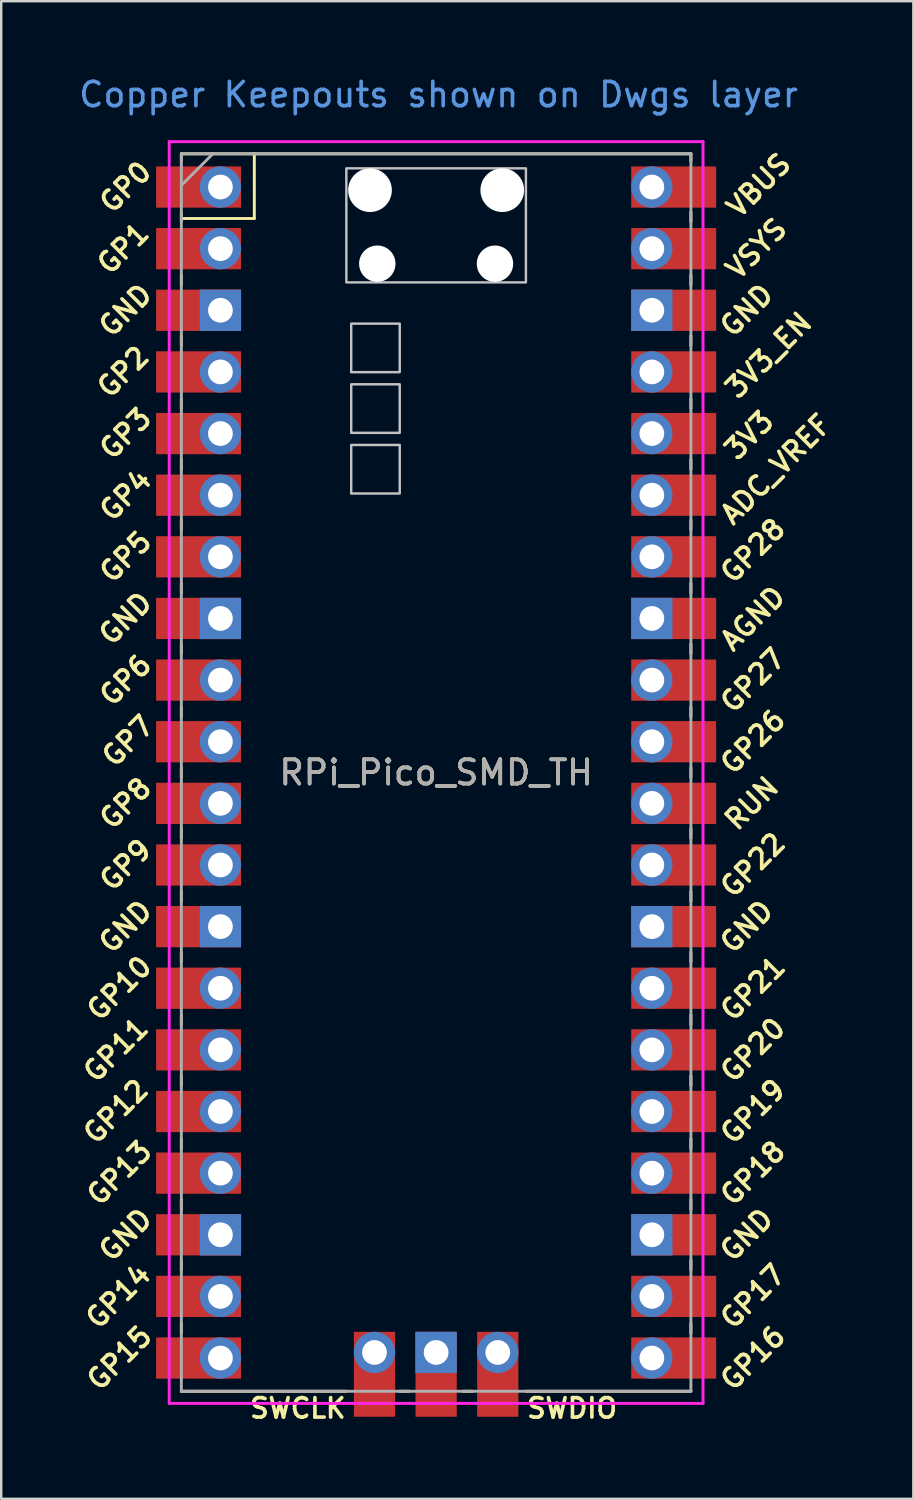
<source format=kicad_pcb>
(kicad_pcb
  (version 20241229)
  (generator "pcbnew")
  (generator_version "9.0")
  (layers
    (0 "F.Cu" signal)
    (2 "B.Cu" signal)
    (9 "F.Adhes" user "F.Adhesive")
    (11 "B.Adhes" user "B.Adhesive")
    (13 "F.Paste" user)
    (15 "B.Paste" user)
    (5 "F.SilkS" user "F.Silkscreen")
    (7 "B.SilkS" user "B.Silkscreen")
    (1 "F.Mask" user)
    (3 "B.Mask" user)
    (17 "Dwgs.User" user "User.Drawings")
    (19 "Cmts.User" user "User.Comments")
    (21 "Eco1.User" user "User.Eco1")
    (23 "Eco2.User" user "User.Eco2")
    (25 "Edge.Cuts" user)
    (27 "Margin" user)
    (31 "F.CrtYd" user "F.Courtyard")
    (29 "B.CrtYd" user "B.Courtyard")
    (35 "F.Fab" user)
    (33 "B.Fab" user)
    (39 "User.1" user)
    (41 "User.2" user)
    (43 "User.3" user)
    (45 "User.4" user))
  (footprint "RPi_Pico_SMD_TH"
    (layer "F.Cu")
    (at 6.034 4.658)
    (property "Reference" "RPi_Pico_SMD_TH" (at 8.89 24.13 0) (layer "F.SilkS") (effects (font (size 1 1) (thickness 0.15))))
    (attr through_hole)
    (fp_line (start -1.61 -1.37) (end -1.61 -1.07) (stroke (width 0.12) (type solid)) (layer "F.SilkS"))
    (fp_line (start -1.61 -1.37) (end 19.39 -1.37) (stroke (width 0.12) (type solid)) (layer "F.SilkS"))
    (fp_line (start -1.61 1.03) (end -1.61 1.43) (stroke (width 0.12) (type solid)) (layer "F.SilkS"))
    (fp_line (start -1.61 1.297) (end 1.397 1.297) (stroke (width 0.12) (type solid)) (layer "F.SilkS"))
    (fp_line (start -1.61 3.63) (end -1.61 4.03) (stroke (width 0.12) (type solid)) (layer "F.SilkS"))
    (fp_line (start -1.61 6.13) (end -1.61 6.53) (stroke (width 0.12) (type solid)) (layer "F.SilkS"))
    (fp_line (start -1.61 8.73) (end -1.61 9.13) (stroke (width 0.12) (type solid)) (layer "F.SilkS"))
    (fp_line (start -1.61 11.23) (end -1.61 11.63) (stroke (width 0.12) (type solid)) (layer "F.SilkS"))
    (fp_line (start -1.61 13.73) (end -1.61 14.13) (stroke (width 0.12) (type solid)) (layer "F.SilkS"))
    (fp_line (start -1.61 16.33) (end -1.61 16.73) (stroke (width 0.12) (type solid)) (layer "F.SilkS"))
    (fp_line (start -1.61 18.83) (end -1.61 19.23) (stroke (width 0.12) (type solid)) (layer "F.SilkS"))
    (fp_line (start -1.61 21.43) (end -1.61 21.83) (stroke (width 0.12) (type solid)) (layer "F.SilkS"))
    (fp_line (start -1.61 23.93) (end -1.61 24.33) (stroke (width 0.12) (type solid)) (layer "F.SilkS"))
    (fp_line (start -1.61 26.43) (end -1.61 26.83) (stroke (width 0.12) (type solid)) (layer "F.SilkS"))
    (fp_line (start -1.61 29.03) (end -1.61 29.43) (stroke (width 0.12) (type solid)) (layer "F.SilkS"))
    (fp_line (start -1.61 31.53) (end -1.61 31.93) (stroke (width 0.12) (type solid)) (layer "F.SilkS"))
    (fp_line (start -1.61 34.13) (end -1.61 34.53) (stroke (width 0.12) (type solid)) (layer "F.SilkS"))
    (fp_line (start -1.61 36.63) (end -1.61 37.03) (stroke (width 0.12) (type solid)) (layer "F.SilkS"))
    (fp_line (start -1.61 39.23) (end -1.61 39.63) (stroke (width 0.12) (type solid)) (layer "F.SilkS"))
    (fp_line (start -1.61 41.73) (end -1.61 42.13) (stroke (width 0.12) (type solid)) (layer "F.SilkS"))
    (fp_line (start -1.61 44.23) (end -1.61 44.63) (stroke (width 0.12) (type solid)) (layer "F.SilkS"))
    (fp_line (start -1.61 46.83) (end -1.61 47.23) (stroke (width 0.12) (type solid)) (layer "F.SilkS"))
    (fp_line (start 1.397 1.297) (end 1.397 -1.37) (stroke (width 0.12) (type solid)) (layer "F.SilkS"))
    (fp_line (start 5.19 49.63) (end -1.61 49.63) (stroke (width 0.12) (type solid)) (layer "F.SilkS"))
    (fp_line (start 7.39 49.63) (end 7.79 49.63) (stroke (width 0.12) (type solid)) (layer "F.SilkS"))
    (fp_line (start 9.99 49.63) (end 10.39 49.63) (stroke (width 0.12) (type solid)) (layer "F.SilkS"))
    (fp_line (start 19.39 -1.37) (end 19.39 -1.07) (stroke (width 0.12) (type solid)) (layer "F.SilkS"))
    (fp_line (start 19.39 1.03) (end 19.39 1.43) (stroke (width 0.12) (type solid)) (layer "F.SilkS"))
    (fp_line (start 19.39 3.63) (end 19.39 4.03) (stroke (width 0.12) (type solid)) (layer "F.SilkS"))
    (fp_line (start 19.39 6.13) (end 19.39 6.53) (stroke (width 0.12) (type solid)) (layer "F.SilkS"))
    (fp_line (start 19.39 8.73) (end 19.39 9.13) (stroke (width 0.12) (type solid)) (layer "F.SilkS"))
    (fp_line (start 19.39 11.23) (end 19.39 11.63) (stroke (width 0.12) (type solid)) (layer "F.SilkS"))
    (fp_line (start 19.39 13.73) (end 19.39 14.13) (stroke (width 0.12) (type solid)) (layer "F.SilkS"))
    (fp_line (start 19.39 16.33) (end 19.39 16.73) (stroke (width 0.12) (type solid)) (layer "F.SilkS"))
    (fp_line (start 19.39 18.83) (end 19.39 19.23) (stroke (width 0.12) (type solid)) (layer "F.SilkS"))
    (fp_line (start 19.39 21.43) (end 19.39 21.83) (stroke (width 0.12) (type solid)) (layer "F.SilkS"))
    (fp_line (start 19.39 23.93) (end 19.39 24.33) (stroke (width 0.12) (type solid)) (layer "F.SilkS"))
    (fp_line (start 19.39 26.43) (end 19.39 26.83) (stroke (width 0.12) (type solid)) (layer "F.SilkS"))
    (fp_line (start 19.39 29.03) (end 19.39 29.43) (stroke (width 0.12) (type solid)) (layer "F.SilkS"))
    (fp_line (start 19.39 31.53) (end 19.39 31.93) (stroke (width 0.12) (type solid)) (layer "F.SilkS"))
    (fp_line (start 19.39 34.13) (end 19.39 34.53) (stroke (width 0.12) (type solid)) (layer "F.SilkS"))
    (fp_line (start 19.39 36.63) (end 19.39 37.03) (stroke (width 0.12) (type solid)) (layer "F.SilkS"))
    (fp_line (start 19.39 39.23) (end 19.39 39.63) (stroke (width 0.12) (type solid)) (layer "F.SilkS"))
    (fp_line (start 19.39 41.73) (end 19.39 42.13) (stroke (width 0.12) (type solid)) (layer "F.SilkS"))
    (fp_line (start 19.39 44.23) (end 19.39 44.63) (stroke (width 0.12) (type solid)) (layer "F.SilkS"))
    (fp_line (start 19.39 46.83) (end 19.39 47.23) (stroke (width 0.12) (type solid)) (layer "F.SilkS"))
    (fp_line (start 19.39 49.63) (end 12.59 49.63) (stroke (width 0.12) (type solid)) (layer "F.SilkS"))
    (fp_poly (pts (xy 7.39 7.63) (xy 5.39 7.63) (xy 5.39 5.63) (xy 7.39 5.63)) (stroke (width 0.1) (type solid)) (fill no) (layer "Dwgs.User"))
    (fp_poly (pts (xy 7.39 10.13) (xy 5.39 10.13) (xy 5.39 8.13) (xy 7.39 8.13)) (stroke (width 0.1) (type solid)) (fill no) (layer "Dwgs.User"))
    (fp_poly (pts (xy 7.39 12.63) (xy 5.39 12.63) (xy 5.39 10.63) (xy 7.39 10.63)) (stroke (width 0.1) (type solid)) (fill no) (layer "Dwgs.User"))
    (fp_poly (pts (xy 12.59 3.93) (xy 5.19 3.93) (xy 5.19 -0.77) (xy 12.59 -0.77)) (stroke (width 0.1) (type solid)) (fill no) (layer "Dwgs.User"))
    (fp_line (start -2.11 -1.87) (end 19.89 -1.87) (stroke (width 0.12) (type solid)) (layer "F.CrtYd"))
    (fp_line (start -2.11 50.13) (end -2.11 -1.87) (stroke (width 0.12) (type solid)) (layer "F.CrtYd"))
    (fp_line (start 19.89 -1.87) (end 19.89 50.13) (stroke (width 0.12) (type solid)) (layer "F.CrtYd"))
    (fp_line (start 19.89 50.13) (end -2.11 50.13) (stroke (width 0.12) (type solid)) (layer "F.CrtYd"))
    (fp_line (start -1.61 -1.37) (end 19.39 -1.37) (stroke (width 0.12) (type solid)) (layer "F.Fab"))
    (fp_line (start -1.61 -0.07) (end -0.31 -1.37) (stroke (width 0.12) (type solid)) (layer "F.Fab"))
    (fp_line (start -1.61 49.63) (end -1.61 -1.37) (stroke (width 0.12) (type solid)) (layer "F.Fab"))
    (fp_line (start 19.39 -1.37) (end 19.39 49.63) (stroke (width 0.12) (type solid)) (layer "F.Fab"))
    (fp_line (start 19.39 49.63) (end -1.61 49.63) (stroke (width 0.12) (type solid)) (layer "F.Fab"))
    (fp_text user "SWCLK" (at 3.19 50.33 0) (layer "F.SilkS") (effects (font (size 0.8 0.8) (thickness 0.15))))
    (fp_text user "ADC_VREF" (at 22.89 11.63 45) (layer "F.SilkS") (effects (font (size 0.8 0.8) (thickness 0.15))))
    (fp_text user "VBUS" (at 22.19 -0.07 45) (layer "F.SilkS") (effects (font (size 0.8 0.8) (thickness 0.15))))
    (fp_text user "GP2" (at -4.01 7.62 45) (layer "F.SilkS") (effects (font (size 0.8 0.8) (thickness 0.15))))
    (fp_text user "GP28" (at 21.944 14.986 45) (layer "F.SilkS") (effects (font (size 0.8 0.8) (thickness 0.15))))
    (fp_text user "GP3" (at -3.91 10.16 45) (layer "F.SilkS") (effects (font (size 0.8 0.8) (thickness 0.15))))
    (fp_text user "GP10" (at -4.164 33.02 45) (layer "F.SilkS") (effects (font (size 0.8 0.8) (thickness 0.15))))
    (fp_text user "GP19" (at 21.944 38.1 45) (layer "F.SilkS") (effects (font (size 0.8 0.8) (thickness 0.15))))
    (fp_text user "GP20" (at 21.944 35.56 45) (layer "F.SilkS") (effects (font (size 0.8 0.8) (thickness 0.15))))
    (fp_text user "GP22" (at 21.944 27.94 45) (layer "F.SilkS") (effects (font (size 0.8 0.8) (thickness 0.15))))
    (fp_text user "GND" (at -3.91 43.18 45) (layer "F.SilkS") (effects (font (size 0.8 0.8) (thickness 0.15))))
    (fp_text user "GP11" (at -4.31 35.56 45) (layer "F.SilkS") (effects (font (size 0.8 0.8) (thickness 0.15))))
    (fp_text user "GP6" (at -3.91 20.32 45) (layer "F.SilkS") (effects (font (size 0.8 0.8) (thickness 0.15))))
    (fp_text user "GP0" (at -3.91 0 45) (layer "F.SilkS") (effects (font (size 0.8 0.8) (thickness 0.15))))
    (fp_text user "GP9" (at -3.91 27.94 45) (layer "F.SilkS") (effects (font (size 0.8 0.8) (thickness 0.15))))
    (fp_text user "AGND" (at 21.944 17.78 45) (layer "F.SilkS") (effects (font (size 0.8 0.8) (thickness 0.15))))
    (fp_text user "RUN" (at 21.89 25.4 45) (layer "F.SilkS") (effects (font (size 0.8 0.8) (thickness 0.15))))
    (fp_text user "3V3" (at 21.79 10.23 45) (layer "F.SilkS") (effects (font (size 0.8 0.8) (thickness 0.15))))
    (fp_text user "GP13" (at -4.164 40.64 45) (layer "F.SilkS") (effects (font (size 0.8 0.8) (thickness 0.15))))
    (fp_text user "GP17" (at 21.944 45.72 45) (layer "F.SilkS") (effects (font (size 0.8 0.8) (thickness 0.15))))
    (fp_text user "3V3_EN" (at 22.59 6.93 45) (layer "F.SilkS") (effects (font (size 0.8 0.8) (thickness 0.15))))
    (fp_text user "GP4" (at -3.91 12.7 45) (layer "F.SilkS") (effects (font (size 0.8 0.8) (thickness 0.15))))
    (fp_text user "GP16" (at 21.944 48.26 45) (layer "F.SilkS") (effects (font (size 0.8 0.8) (thickness 0.15))))
    (fp_text user "GND" (at -3.91 17.78 45) (layer "F.SilkS") (effects (font (size 0.8 0.8) (thickness 0.15))))
    (fp_text user "GND" (at 21.69 30.48 45) (layer "F.SilkS") (effects (font (size 0.8 0.8) (thickness 0.15))))
    (fp_text user "GP8" (at -3.91 25.4 45) (layer "F.SilkS") (effects (font (size 0.8 0.8) (thickness 0.15))))
    (fp_text user "SWDIO" (at 14.49 50.33 0) (layer "F.SilkS") (effects (font (size 0.8 0.8) (thickness 0.15))))
    (fp_text user "VSYS" (at 22.09 2.54 45) (layer "F.SilkS") (effects (font (size 0.8 0.8) (thickness 0.15))))
    (fp_text user "GND" (at -3.91 5.08 45) (layer "F.SilkS") (effects (font (size 0.8 0.8) (thickness 0.15))))
    (fp_text user "GP15" (at -4.164 48.26 45) (layer "F.SilkS") (effects (font (size 0.8 0.8) (thickness 0.15))))
    (fp_text user "GP5" (at -3.91 15.24 45) (layer "F.SilkS") (effects (font (size 0.8 0.8) (thickness 0.15))))
    (fp_text user "GP26" (at 21.944 22.86 45) (layer "F.SilkS") (effects (font (size 0.8 0.8) (thickness 0.15))))
    (fp_text user "GP7" (at -3.81 22.83 45) (layer "F.SilkS") (effects (font (size 0.8 0.8) (thickness 0.15))))
    (fp_text user "GP18" (at 21.944 40.64 45) (layer "F.SilkS") (effects (font (size 0.8 0.8) (thickness 0.15))))
    (fp_text user "GND" (at 21.69 5.08 45) (layer "F.SilkS") (effects (font (size 0.8 0.8) (thickness 0.15))))
    (fp_text user "GP21" (at 21.944 33.03 45) (layer "F.SilkS") (effects (font (size 0.8 0.8) (thickness 0.15))))
    (fp_text user "GP27" (at 21.944 20.33 45) (layer "F.SilkS") (effects (font (size 0.8 0.8) (thickness 0.15))))
    (fp_text user "GP1" (at -4.01 2.53 45) (layer "F.SilkS") (effects (font (size 0.8 0.8) (thickness 0.15))))
    (fp_text user "GND" (at 21.69 43.18 45) (layer "F.SilkS") (effects (font (size 0.8 0.8) (thickness 0.15))))
    (fp_text user "GP12" (at -4.31 38.1 45) (layer "F.SilkS") (effects (font (size 0.8 0.8) (thickness 0.15))))
    (fp_text user "GP14" (at -4.21 45.72 45) (layer "F.SilkS") (effects (font (size 0.8 0.8) (thickness 0.15))))
    (fp_text user "GND" (at -3.91 30.48 45) (layer "F.SilkS") (effects (font (size 0.8 0.8) (thickness 0.15))))
    (fp_text user "Copper Keepouts shown on Dwgs layer" (at 8.99 -3.81 0) (layer "Cmts.User") (effects (font (size 1 1) (thickness 0.15))))
    (fp_text user "${REFERENCE}" (at 8.89 24.13 180) (layer "F.Fab") (effects (font (size 1 1) (thickness 0.15))))
    (pad "" np_thru_hole oval (at 6.165 0.13) (size 1.8 1.8) (drill 1.8) (layers "*.Cu" "*.Mask"))
    (pad "" np_thru_hole oval (at 6.465 3.16) (size 1.5 1.5) (drill 1.5) (layers "*.Cu" "*.Mask"))
    (pad "" np_thru_hole oval (at 11.315 3.16) (size 1.5 1.5) (drill 1.5) (layers "*.Cu" "*.Mask"))
    (pad "" np_thru_hole oval (at 11.615 0.13) (size 1.8 1.8) (drill 1.8) (layers "*.Cu" "*.Mask"))
    (pad "1" thru_hole oval (at 0 0) (size 1.7 1.7) (drill 1.02) (layers "*.Cu" "*.Mask"))
    (pad "1" smd rect (at 0 0) (size 3.5 1.7) (drill (offset -0.9 0)) (layers "F.Cu" "F.Mask"))
    (pad "2" thru_hole oval (at 0 2.54) (size 1.7 1.7) (drill 1.02) (layers "*.Cu" "*.Mask"))
    (pad "2" smd rect (at 0 2.54) (size 3.5 1.7) (drill (offset -0.9 0)) (layers "F.Cu" "F.Mask"))
    (pad "3" thru_hole rect (at 0 5.08) (size 1.7 1.7) (drill 1.02) (layers "*.Cu" "*.Mask"))
    (pad "3" smd rect (at 0 5.08) (size 3.5 1.7) (drill (offset -0.9 0)) (layers "F.Cu" "F.Mask"))
    (pad "4" thru_hole oval (at 0 7.62) (size 1.7 1.7) (drill 1.02) (layers "*.Cu" "*.Mask"))
    (pad "4" smd rect (at 0 7.62) (size 3.5 1.7) (drill (offset -0.9 0)) (layers "F.Cu" "F.Mask"))
    (pad "5" thru_hole oval (at 0 10.16) (size 1.7 1.7) (drill 1.02) (layers "*.Cu" "*.Mask"))
    (pad "5" smd rect (at 0 10.16) (size 3.5 1.7) (drill (offset -0.9 0)) (layers "F.Cu" "F.Mask"))
    (pad "6" thru_hole oval (at 0 12.7) (size 1.7 1.7) (drill 1.02) (layers "*.Cu" "*.Mask"))
    (pad "6" smd rect (at 0 12.7) (size 3.5 1.7) (drill (offset -0.9 0)) (layers "F.Cu" "F.Mask"))
    (pad "7" thru_hole oval (at 0 15.24) (size 1.7 1.7) (drill 1.02) (layers "*.Cu" "*.Mask"))
    (pad "7" smd rect (at 0 15.24) (size 3.5 1.7) (drill (offset -0.9 0)) (layers "F.Cu" "F.Mask"))
    (pad "8" thru_hole rect (at 0 17.78) (size 1.7 1.7) (drill 1.02) (layers "*.Cu" "*.Mask"))
    (pad "8" smd rect (at 0 17.78) (size 3.5 1.7) (drill (offset -0.9 0)) (layers "F.Cu" "F.Mask"))
    (pad "9" thru_hole oval (at 0 20.32) (size 1.7 1.7) (drill 1.02) (layers "*.Cu" "*.Mask"))
    (pad "9" smd rect (at 0 20.32) (size 3.5 1.7) (drill (offset -0.9 0)) (layers "F.Cu" "F.Mask"))
    (pad "10" thru_hole oval (at 0 22.86) (size 1.7 1.7) (drill 1.02) (layers "*.Cu" "*.Mask"))
    (pad "10" smd rect (at 0 22.86) (size 3.5 1.7) (drill (offset -0.9 0)) (layers "F.Cu" "F.Mask"))
    (pad "11" thru_hole oval (at 0 25.4) (size 1.7 1.7) (drill 1.02) (layers "*.Cu" "*.Mask"))
    (pad "11" smd rect (at 0 25.4) (size 3.5 1.7) (drill (offset -0.9 0)) (layers "F.Cu" "F.Mask"))
    (pad "12" thru_hole oval (at 0 27.94) (size 1.7 1.7) (drill 1.02) (layers "*.Cu" "*.Mask"))
    (pad "12" smd rect (at 0 27.94) (size 3.5 1.7) (drill (offset -0.9 0)) (layers "F.Cu" "F.Mask"))
    (pad "13" thru_hole rect (at 0 30.48) (size 1.7 1.7) (drill 1.02) (layers "*.Cu" "*.Mask"))
    (pad "13" smd rect (at 0 30.48) (size 3.5 1.7) (drill (offset -0.9 0)) (layers "F.Cu" "F.Mask"))
    (pad "14" thru_hole oval (at 0 33.02) (size 1.7 1.7) (drill 1.02) (layers "*.Cu" "*.Mask"))
    (pad "14" smd rect (at 0 33.02) (size 3.5 1.7) (drill (offset -0.9 0)) (layers "F.Cu" "F.Mask"))
    (pad "15" thru_hole oval (at 0 35.56) (size 1.7 1.7) (drill 1.02) (layers "*.Cu" "*.Mask"))
    (pad "15" smd rect (at 0 35.56) (size 3.5 1.7) (drill (offset -0.9 0)) (layers "F.Cu" "F.Mask"))
    (pad "16" thru_hole oval (at 0 38.1) (size 1.7 1.7) (drill 1.02) (layers "*.Cu" "*.Mask"))
    (pad "16" smd rect (at 0 38.1) (size 3.5 1.7) (drill (offset -0.9 0)) (layers "F.Cu" "F.Mask"))
    (pad "17" thru_hole oval (at 0 40.64) (size 1.7 1.7) (drill 1.02) (layers "*.Cu" "*.Mask"))
    (pad "17" smd rect (at 0 40.64) (size 3.5 1.7) (drill (offset -0.9 0)) (layers "F.Cu" "F.Mask"))
    (pad "18" thru_hole rect (at 0 43.18) (size 1.7 1.7) (drill 1.02) (layers "*.Cu" "*.Mask"))
    (pad "18" smd rect (at 0 43.18) (size 3.5 1.7) (drill (offset -0.9 0)) (layers "F.Cu" "F.Mask"))
    (pad "19" thru_hole oval (at 0 45.72) (size 1.7 1.7) (drill 1.02) (layers "*.Cu" "*.Mask"))
    (pad "19" smd rect (at 0 45.72) (size 3.5 1.7) (drill (offset -0.9 0)) (layers "F.Cu" "F.Mask"))
    (pad "20" thru_hole oval (at 0 48.26) (size 1.7 1.7) (drill 1.02) (layers "*.Cu" "*.Mask"))
    (pad "20" smd rect (at 0 48.26) (size 3.5 1.7) (drill (offset -0.9 0)) (layers "F.Cu" "F.Mask"))
    (pad "21" thru_hole oval (at 17.78 48.26) (size 1.7 1.7) (drill 1.02) (layers "*.Cu" "*.Mask"))
    (pad "21" smd rect (at 17.78 48.26) (size 3.5 1.7) (drill (offset 0.9 0)) (layers "F.Cu" "F.Mask"))
    (pad "22" thru_hole oval (at 17.78 45.72) (size 1.7 1.7) (drill 1.02) (layers "*.Cu" "*.Mask"))
    (pad "22" smd rect (at 17.78 45.72) (size 3.5 1.7) (drill (offset 0.9 0)) (layers "F.Cu" "F.Mask"))
    (pad "23" thru_hole rect (at 17.78 43.18) (size 1.7 1.7) (drill 1.02) (layers "*.Cu" "*.Mask"))
    (pad "23" smd rect (at 17.78 43.18) (size 3.5 1.7) (drill (offset 0.9 0)) (layers "F.Cu" "F.Mask"))
    (pad "24" thru_hole oval (at 17.78 40.64) (size 1.7 1.7) (drill 1.02) (layers "*.Cu" "*.Mask"))
    (pad "24" smd rect (at 17.78 40.64) (size 3.5 1.7) (drill (offset 0.9 0)) (layers "F.Cu" "F.Mask"))
    (pad "25" thru_hole oval (at 17.78 38.1) (size 1.7 1.7) (drill 1.02) (layers "*.Cu" "*.Mask"))
    (pad "25" smd rect (at 17.78 38.1) (size 3.5 1.7) (drill (offset 0.9 0)) (layers "F.Cu" "F.Mask"))
    (pad "26" thru_hole oval (at 17.78 35.56) (size 1.7 1.7) (drill 1.02) (layers "*.Cu" "*.Mask"))
    (pad "26" smd rect (at 17.78 35.56) (size 3.5 1.7) (drill (offset 0.9 0)) (layers "F.Cu" "F.Mask"))
    (pad "27" thru_hole oval (at 17.78 33.02) (size 1.7 1.7) (drill 1.02) (layers "*.Cu" "*.Mask"))
    (pad "27" smd rect (at 17.78 33.02) (size 3.5 1.7) (drill (offset 0.9 0)) (layers "F.Cu" "F.Mask"))
    (pad "28" thru_hole rect (at 17.78 30.48) (size 1.7 1.7) (drill 1.02) (layers "*.Cu" "*.Mask"))
    (pad "28" smd rect (at 17.78 30.48) (size 3.5 1.7) (drill (offset 0.9 0)) (layers "F.Cu" "F.Mask"))
    (pad "29" thru_hole oval (at 17.78 27.94) (size 1.7 1.7) (drill 1.02) (layers "*.Cu" "*.Mask"))
    (pad "29" smd rect (at 17.78 27.94) (size 3.5 1.7) (drill (offset 0.9 0)) (layers "F.Cu" "F.Mask"))
    (pad "30" thru_hole oval (at 17.78 25.4) (size 1.7 1.7) (drill 1.02) (layers "*.Cu" "*.Mask"))
    (pad "30" smd rect (at 17.78 25.4) (size 3.5 1.7) (drill (offset 0.9 0)) (layers "F.Cu" "F.Mask"))
    (pad "31" thru_hole oval (at 17.78 22.86) (size 1.7 1.7) (drill 1.02) (layers "*.Cu" "*.Mask"))
    (pad "31" smd rect (at 17.78 22.86) (size 3.5 1.7) (drill (offset 0.9 0)) (layers "F.Cu" "F.Mask"))
    (pad "32" thru_hole oval (at 17.78 20.32) (size 1.7 1.7) (drill 1.02) (layers "*.Cu" "*.Mask"))
    (pad "32" smd rect (at 17.78 20.32) (size 3.5 1.7) (drill (offset 0.9 0)) (layers "F.Cu" "F.Mask"))
    (pad "33" thru_hole rect (at 17.78 17.78) (size 1.7 1.7) (drill 1.02) (layers "*.Cu" "*.Mask"))
    (pad "33" smd rect (at 17.78 17.78) (size 3.5 1.7) (drill (offset 0.9 0)) (layers "F.Cu" "F.Mask"))
    (pad "34" thru_hole oval (at 17.78 15.24) (size 1.7 1.7) (drill 1.02) (layers "*.Cu" "*.Mask"))
    (pad "34" smd rect (at 17.78 15.24) (size 3.5 1.7) (drill (offset 0.9 0)) (layers "F.Cu" "F.Mask"))
    (pad "35" thru_hole oval (at 17.78 12.7) (size 1.7 1.7) (drill 1.02) (layers "*.Cu" "*.Mask"))
    (pad "35" smd rect (at 17.78 12.7) (size 3.5 1.7) (drill (offset 0.9 0)) (layers "F.Cu" "F.Mask"))
    (pad "36" thru_hole oval (at 17.78 10.16) (size 1.7 1.7) (drill 1.02) (layers "*.Cu" "*.Mask"))
    (pad "36" smd rect (at 17.78 10.16) (size 3.5 1.7) (drill (offset 0.9 0)) (layers "F.Cu" "F.Mask"))
    (pad "37" thru_hole oval (at 17.78 7.62) (size 1.7 1.7) (drill 1.02) (layers "*.Cu" "*.Mask"))
    (pad "37" smd rect (at 17.78 7.62) (size 3.5 1.7) (drill (offset 0.9 0)) (layers "F.Cu" "F.Mask"))
    (pad "38" thru_hole rect (at 17.78 5.08) (size 1.7 1.7) (drill 1.02) (layers "*.Cu" "*.Mask"))
    (pad "38" smd rect (at 17.78 5.08) (size 3.5 1.7) (drill (offset 0.9 0)) (layers "F.Cu" "F.Mask"))
    (pad "39" thru_hole oval (at 17.78 2.54) (size 1.7 1.7) (drill 1.02) (layers "*.Cu" "*.Mask"))
    (pad "39" smd rect (at 17.78 2.54) (size 3.5 1.7) (drill (offset 0.9 0)) (layers "F.Cu" "F.Mask"))
    (pad "40" thru_hole oval (at 17.78 0) (size 1.7 1.7) (drill 1.02) (layers "*.Cu" "*.Mask"))
    (pad "40" smd rect (at 17.78 0) (size 3.5 1.7) (drill (offset 0.9 0)) (layers "F.Cu" "F.Mask"))
    (pad "41" thru_hole oval (at 6.35 48.03) (size 1.7 1.7) (drill 1.02) (layers "*.Cu" "*.Mask"))
    (pad "41" smd rect (at 6.35 48.03 90) (size 3.5 1.7) (drill (offset -0.9 0)) (layers "F.Cu" "F.Mask"))
    (pad "42" thru_hole rect (at 8.89 48.03) (size 1.7 1.7) (drill 1.02) (layers "*.Cu" "*.Mask"))
    (pad "42" smd rect (at 8.89 48.03 90) (size 3.5 1.7) (drill (offset -0.9 0)) (layers "F.Cu" "F.Mask"))
    (pad "43" thru_hole oval (at 11.43 48.03) (size 1.7 1.7) (drill 1.02) (layers "*.Cu" "*.Mask"))
    (pad "43" smd rect (at 11.43 48.03 90) (size 3.5 1.7) (drill (offset -0.9 0)) (layers "F.Cu" "F.Mask")))
  (gr_rect
    (start -3 -3)
    (end 34.591 58.719)
    (stroke (width 0.1) (type default))
    (fill no)
    (layer "Edge.Cuts")))
</source>
